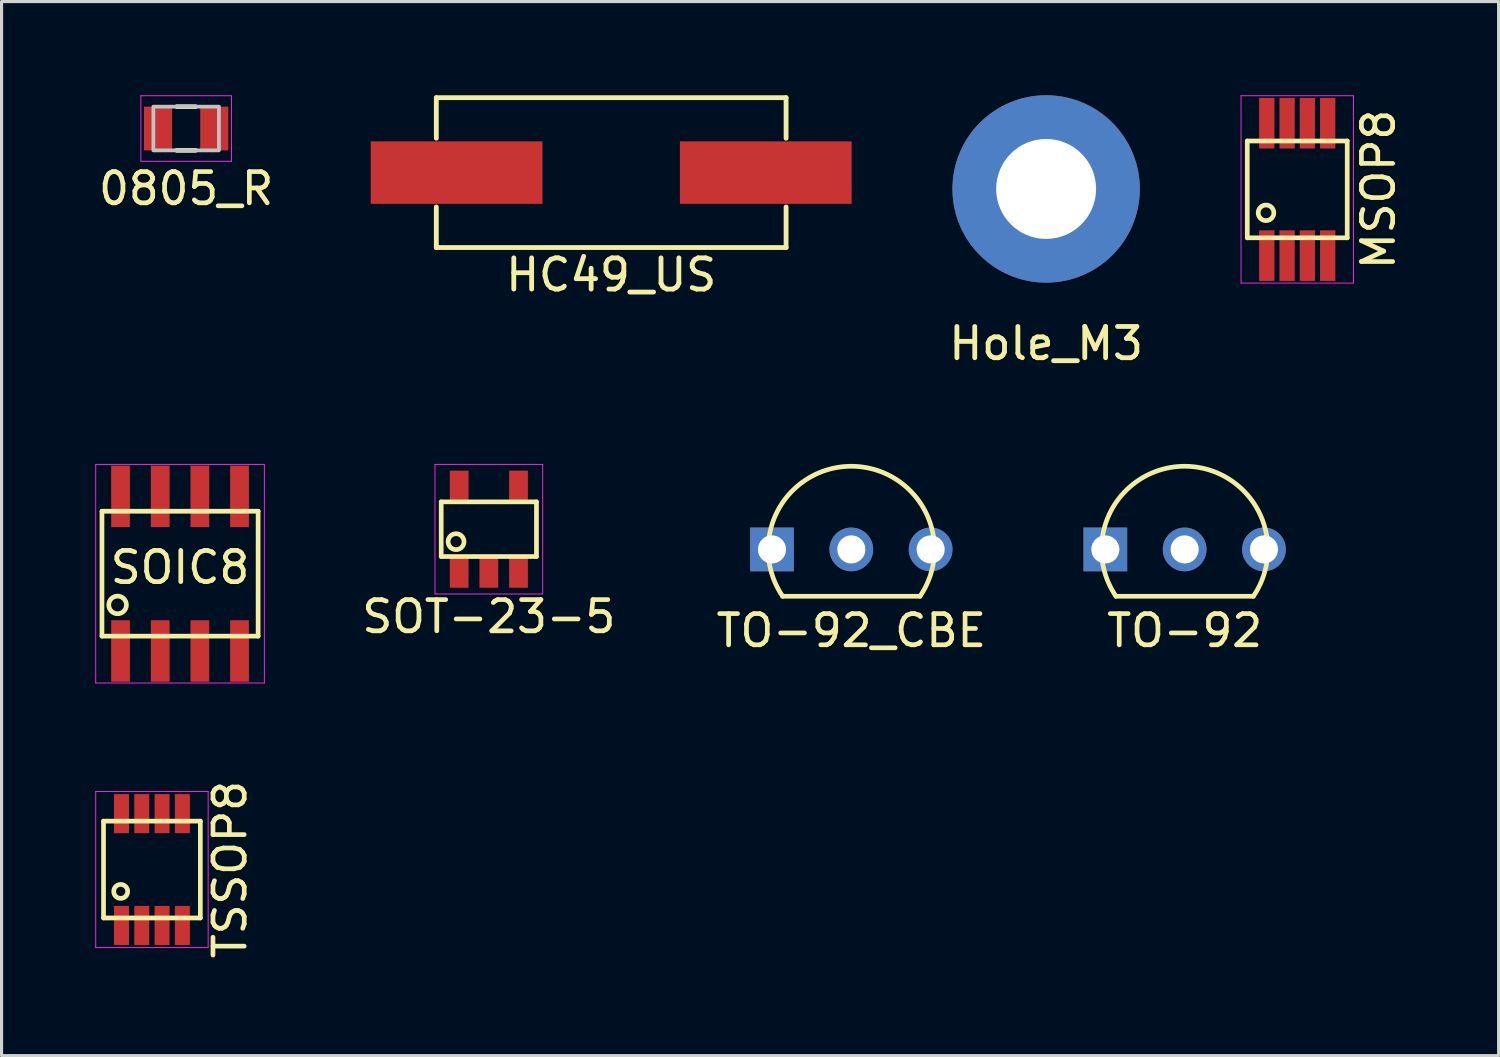
<source format=kicad_pcb>
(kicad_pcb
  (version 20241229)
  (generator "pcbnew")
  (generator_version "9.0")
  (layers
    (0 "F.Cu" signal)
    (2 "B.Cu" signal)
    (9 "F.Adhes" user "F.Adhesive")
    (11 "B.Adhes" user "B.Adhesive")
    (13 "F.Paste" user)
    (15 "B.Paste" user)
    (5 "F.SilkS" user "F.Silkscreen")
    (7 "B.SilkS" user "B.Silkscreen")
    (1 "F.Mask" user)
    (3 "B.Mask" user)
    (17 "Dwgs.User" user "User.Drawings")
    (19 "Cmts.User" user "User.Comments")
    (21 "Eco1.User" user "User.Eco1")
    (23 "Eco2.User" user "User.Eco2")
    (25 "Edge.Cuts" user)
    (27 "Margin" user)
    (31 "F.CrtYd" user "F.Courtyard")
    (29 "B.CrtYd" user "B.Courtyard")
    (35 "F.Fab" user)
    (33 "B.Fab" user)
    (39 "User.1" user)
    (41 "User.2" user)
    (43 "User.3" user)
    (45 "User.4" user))
  (footprint "SOT-23-5"
    (layer "F.Cu")
    (at 12.603 13.895)
    (property "Reference" "SOT-23-5" (at 0 2.8 0) (layer "F.SilkS") (effects (font (size 1 1) (thickness 0.15))))
    (attr smd)
    (fp_line (start -1.525 -0.875) (end 1.525 -0.875) (stroke (width 0.15) (type solid)) (layer "F.SilkS"))
    (fp_line (start -1.525 0.875) (end -1.525 -0.875) (stroke (width 0.15) (type solid)) (layer "F.SilkS"))
    (fp_line (start 1.525 -0.875) (end 1.525 0.875) (stroke (width 0.15) (type solid)) (layer "F.SilkS"))
    (fp_line (start 1.525 0.875) (end -1.525 0.875) (stroke (width 0.15) (type solid)) (layer "F.SilkS"))
    (fp_circle (center -1.05 0.4) (end -0.8 0.45) (stroke (width 0.15) (type solid)) (fill no) (layer "F.SilkS"))
    (fp_line (start -1.725 -2.075) (end 1.725 -2.075) (stroke (width 0.03) (type solid)) (layer "F.CrtYd"))
    (fp_line (start -1.725 2.075) (end -1.725 -2.075) (stroke (width 0.03) (type solid)) (layer "F.CrtYd"))
    (fp_line (start 1.725 -2.075) (end 1.725 2.075) (stroke (width 0.03) (type solid)) (layer "F.CrtYd"))
    (fp_line (start 1.725 2.075) (end -1.725 2.075) (stroke (width 0.03) (type solid)) (layer "F.CrtYd"))
    (pad "1" smd rect (at -0.95 1.35) (size 0.6 1.05) (layers "F.Cu" "F.Mask" "F.Paste"))
    (pad "2" smd rect (at 0 1.35) (size 0.6 1.05) (layers "F.Cu" "F.Mask" "F.Paste"))
    (pad "3" smd rect (at 0.95 1.35) (size 0.6 1.05) (layers "F.Cu" "F.Mask" "F.Paste"))
    (pad "4" smd rect (at 0.95 -1.35) (size 0.6 1.05) (layers "F.Cu" "F.Mask" "F.Paste"))
    (pad "5" smd rect (at -0.95 -1.35) (size 0.6 1.05) (layers "F.Cu" "F.Mask" "F.Paste")))
  (footprint "TSSOP8"
    (layer "F.Cu")
    (at 1.815 24.794)
    (property "Reference" "TSSOP8" (at 2.5 0 90) (layer "F.SilkS") (effects (font (size 1 1) (thickness 0.15))))
    (attr smd)
    (fp_line (start -1.55 -1.55) (end 1.55 -1.55) (stroke (width 0.15) (type solid)) (layer "F.SilkS"))
    (fp_line (start -1.55 1.55) (end -1.55 -1.55) (stroke (width 0.15) (type solid)) (layer "F.SilkS"))
    (fp_line (start 1.55 -1.55) (end 1.55 1.55) (stroke (width 0.15) (type solid)) (layer "F.SilkS"))
    (fp_line (start 1.55 1.55) (end -1.55 1.55) (stroke (width 0.15) (type solid)) (layer "F.SilkS"))
    (fp_circle (center -1 0.7) (end -0.8 0.6) (stroke (width 0.15) (type solid)) (fill no) (layer "F.SilkS"))
    (fp_line (start -1.8 -2.5) (end 1.8 -2.5) (stroke (width 0.03) (type solid)) (layer "F.CrtYd"))
    (fp_line (start -1.8 2.5) (end -1.8 -2.5) (stroke (width 0.03) (type solid)) (layer "F.CrtYd"))
    (fp_line (start 1.8 -2.5) (end 1.8 2.5) (stroke (width 0.03) (type solid)) (layer "F.CrtYd"))
    (fp_line (start 1.8 2.5) (end -1.8 2.5) (stroke (width 0.03) (type solid)) (layer "F.CrtYd"))
    (pad "1" smd rect (at -0.975 1.79) (size 0.48 1.25) (layers "F.Cu" "F.Mask" "F.Paste"))
    (pad "2" smd rect (at -0.325 1.79) (size 0.48 1.25) (layers "F.Cu" "F.Mask" "F.Paste"))
    (pad "3" smd rect (at 0.325 1.79) (size 0.48 1.25) (layers "F.Cu" "F.Mask" "F.Paste"))
    (pad "4" smd rect (at 0.975 1.79) (size 0.48 1.25) (layers "F.Cu" "F.Mask" "F.Paste"))
    (pad "5" smd rect (at 0.975 -1.79) (size 0.48 1.25) (layers "F.Cu" "F.Mask" "F.Paste"))
    (pad "6" smd rect (at 0.325 -1.79) (size 0.48 1.25) (layers "F.Cu" "F.Mask" "F.Paste"))
    (pad "7" smd rect (at -0.325 -1.79) (size 0.48 1.25) (layers "F.Cu" "F.Mask" "F.Paste"))
    (pad "8" smd rect (at -0.975 -1.79) (size 0.48 1.25) (layers "F.Cu" "F.Mask" "F.Paste")))
  (footprint "0805_R"
    (layer "F.Cu")
    (at 2.911 1.065)
    (property "Reference" "0805_R" (at 0 1.925 0) (layer "F.SilkS") (effects (font (size 1 1) (thickness 0.15))))
    (attr smd)
    (fp_line (start -0.3 -0.7) (end 0.3 -0.7) (stroke (width 0.15) (type solid)) (layer "F.SilkS"))
    (fp_line (start 0.3 0.7) (end -0.3 0.7) (stroke (width 0.15) (type solid)) (layer "F.SilkS"))
    (fp_rect (start -1.05 -0.7) (end 1.05 0.7) (stroke (width 0.12) (type default)) (fill no) (layer "Dwgs.User"))
    (fp_line (start -1.45 -1.05) (end -1.45 1.05) (stroke (width 0.03) (type solid)) (layer "F.CrtYd"))
    (fp_line (start -1.45 1.05) (end 1.45 1.05) (stroke (width 0.03) (type solid)) (layer "F.CrtYd"))
    (fp_line (start 1.45 -1.05) (end -1.45 -1.05) (stroke (width 0.03) (type solid)) (layer "F.CrtYd"))
    (fp_line (start 1.45 1.05) (end 1.45 -1.05) (stroke (width 0.03) (type solid)) (layer "F.CrtYd"))
    (pad "1" smd rect (at -0.9 0) (size 0.9 1.4) (layers "F.Cu" "F.Mask" "F.Paste"))
    (pad "2" smd rect (at 0.9 0) (size 0.9 1.4) (layers "F.Cu" "F.Mask" "F.Paste")))
  (footprint "HC49_US"
    (layer "F.Cu")
    (at 16.521 2.477)
    (property "Reference" "HC49_US" (at 0 3.275 0) (layer "F.SilkS") (effects (font (size 1 1) (thickness 0.154))))
    (attr through_hole)
    (fp_line (start -5.6 -1.1) (end -5.6 -2.4) (stroke (width 0.154) (type solid)) (layer "F.SilkS"))
    (fp_line (start -5.6 2.4) (end -5.6 1.1) (stroke (width 0.154) (type solid)) (layer "F.SilkS"))
    (fp_line (start 5.6 -2.4) (end -5.6 -2.4) (stroke (width 0.154) (type solid)) (layer "F.SilkS"))
    (fp_line (start 5.6 -1.1) (end 5.6 -2.4) (stroke (width 0.154) (type solid)) (layer "F.SilkS"))
    (fp_line (start 5.6 2.4) (end -5.6 2.4) (stroke (width 0.154) (type solid)) (layer "F.SilkS"))
    (fp_line (start 5.6 2.4) (end 5.6 1.1) (stroke (width 0.154) (type solid)) (layer "F.SilkS"))
    (pad "1" smd rect (at -4.95 0) (size 5.5 2) (layers "F.Cu" "F.Mask" "F.Paste"))
    (pad "2" smd rect (at 4.95 0) (size 5.5 2) (layers "F.Cu" "F.Mask" "F.Paste")))
  (footprint "SOIC8"
    (layer "F.Cu")
    (at 2.715 15.32)
    (property "Reference" "SOIC8" (at 0 -0.2 0) (layer "F.SilkS") (effects (font (size 1 1) (thickness 0.15))))
    (attr smd)
    (fp_line (start -2.5 -2) (end 2.5 -2) (stroke (width 0.15) (type solid)) (layer "F.SilkS"))
    (fp_line (start -2.5 2) (end -2.5 -2) (stroke (width 0.15) (type solid)) (layer "F.SilkS"))
    (fp_line (start 2.5 -2) (end 2.5 2) (stroke (width 0.15) (type solid)) (layer "F.SilkS"))
    (fp_line (start 2.5 2) (end -2.5 2) (stroke (width 0.15) (type solid)) (layer "F.SilkS"))
    (fp_circle (center -2 1) (end -1.8 0.8) (stroke (width 0.15) (type solid)) (fill no) (layer "F.SilkS"))
    (fp_line (start -2.7 -3.5) (end 2.7 -3.5) (stroke (width 0.03) (type solid)) (layer "F.CrtYd"))
    (fp_line (start -2.7 3.5) (end -2.7 -3.5) (stroke (width 0.03) (type solid)) (layer "F.CrtYd"))
    (fp_line (start 2.7 -3.5) (end 2.7 3.5) (stroke (width 0.03) (type solid)) (layer "F.CrtYd"))
    (fp_line (start 2.7 3.5) (end -2.7 3.5) (stroke (width 0.03) (type solid)) (layer "F.CrtYd"))
    (pad "1" smd rect (at -1.905 2.475) (size 0.6 1.97) (layers "F.Cu" "F.Mask" "F.Paste"))
    (pad "2" smd rect (at -0.635 2.475) (size 0.6 1.97) (layers "F.Cu" "F.Mask" "F.Paste"))
    (pad "3" smd rect (at 0.635 2.475) (size 0.6 1.97) (layers "F.Cu" "F.Mask" "F.Paste"))
    (pad "4" smd rect (at 1.905 2.475) (size 0.6 1.97) (layers "F.Cu" "F.Mask" "F.Paste"))
    (pad "5" smd rect (at 1.905 -2.475) (size 0.6 1.97) (layers "F.Cu" "F.Mask" "F.Paste"))
    (pad "6" smd rect (at 0.635 -2.475) (size 0.6 1.97) (layers "F.Cu" "F.Mask" "F.Paste"))
    (pad "7" smd rect (at -0.635 -2.475) (size 0.6 1.97) (layers "F.Cu" "F.Mask" "F.Paste"))
    (pad "8" smd rect (at -1.905 -2.475) (size 0.6 1.97) (layers "F.Cu" "F.Mask" "F.Paste")))
  (footprint "Hole_M3"
    (layer "F.Cu")
    (at 30.448 3)
    (property "Reference" "Hole_M3" (at 0 4.95 0) (layer "F.SilkS") (effects (font (size 1 1) (thickness 0.154))))
    (attr exclude_from_pos_files exclude_from_bom)
    (fp_line (start -2.5 0) (end 2.5 0) (stroke (width 0.12) (type default)) (layer "User.2"))
    (fp_line (start 0 -2.5) (end 0 2.5) (stroke (width 0.12) (type default)) (layer "User.2"))
    (fp_circle (center 0 0) (end 1.55 0) (stroke (width 0.12) (type default)) (fill no) (layer "User.2"))
    (fp_circle (center 0 0) (end 1.55 0) (stroke (width 0.12) (type default)) (fill no) (layer "User.3"))
    (pad "1" thru_hole circle (at 0 0) (size 6 6) (drill 3.2) (layers "*.Cu" "*.Mask") (remove_unused_layers yes) (keep_end_layers yes) (zone_layer_connections)))
  (footprint "TO-92"
    (layer "F.Cu")
    (at 34.884 14.543)
    (property "Reference" "TO-92" (at 0 2.6 0) (layer "F.SilkS") (effects (font (size 1 1) (thickness 0.15))))
    (attr through_hole)
    (fp_line (start -2.2 1.5) (end 2.2 1.5) (stroke (width 0.15) (type solid)) (layer "F.SilkS"))
    (fp_arc (start -2.2 1.5) (mid 0 -2.662705) (end 2.2 1.5) (stroke (width 0.15) (type solid)) (layer "F.SilkS"))
    (pad "1" thru_hole rect (at -2.54 0) (size 1.4 1.4) (drill 0.9) (layers "*.Cu" "*.Mask"))
    (pad "2" thru_hole circle (at 0 0) (size 1.4 1.4) (drill 0.9) (layers "*.Cu" "*.Mask"))
    (pad "3" thru_hole circle (at 2.54 0) (size 1.4 1.4) (drill 0.9) (layers "*.Cu" "*.Mask")))
  (footprint "TO-92_CBE"
    (layer "F.Cu")
    (at 24.21 14.543)
    (property "Reference" "TO-92_CBE" (at 0 2.6 0) (layer "F.SilkS") (effects (font (size 1 1) (thickness 0.15))))
    (attr through_hole)
    (fp_line (start -2.2 1.5) (end 2.2 1.5) (stroke (width 0.15) (type solid)) (layer "F.SilkS"))
    (fp_arc (start -2.2 1.5) (mid 0 -2.662705) (end 2.2 1.5) (stroke (width 0.15) (type solid)) (layer "F.SilkS"))
    (pad "B" thru_hole circle (at 0 0) (size 1.4 1.4) (drill 0.9) (layers "*.Cu" "*.Mask"))
    (pad "C" thru_hole rect (at -2.54 0 90) (size 1.4 1.4) (drill 0.9) (layers "*.Cu" "*.Mask"))
    (pad "E" thru_hole circle (at 2.54 0) (size 1.4 1.4) (drill 0.9) (layers "*.Cu" "*.Mask")))
  (footprint "MSOP8"
    (layer "F.Cu")
    (at 38.489 3.015)
    (property "Reference" "MSOP8" (at 2.6 0 90) (layer "F.SilkS") (effects (font (size 1 1) (thickness 0.15))))
    (attr smd)
    (fp_line (start -1.6 -1.55) (end 1.6 -1.55) (stroke (width 0.15) (type solid)) (layer "F.SilkS"))
    (fp_line (start -1.6 1.55) (end -1.6 -1.55) (stroke (width 0.15) (type solid)) (layer "F.SilkS"))
    (fp_line (start 1.6 -1.55) (end 1.6 1.55) (stroke (width 0.15) (type solid)) (layer "F.SilkS"))
    (fp_line (start 1.6 1.55) (end -1.6 1.55) (stroke (width 0.15) (type solid)) (layer "F.SilkS"))
    (fp_circle (center -1 0.75) (end -0.8 0.6) (stroke (width 0.15) (type solid)) (fill no) (layer "F.SilkS"))
    (fp_line (start -1.8 -3) (end 1.8 -3) (stroke (width 0.03) (type solid)) (layer "F.CrtYd"))
    (fp_line (start -1.8 3) (end -1.8 -3) (stroke (width 0.03) (type solid)) (layer "F.CrtYd"))
    (fp_line (start 1.8 -3) (end 1.8 3) (stroke (width 0.03) (type solid)) (layer "F.CrtYd"))
    (fp_line (start 1.8 3) (end -1.8 3) (stroke (width 0.03) (type solid)) (layer "F.CrtYd"))
    (pad "1" smd rect (at -0.975 2.12) (size 0.49 1.62) (layers "F.Cu" "F.Mask" "F.Paste"))
    (pad "2" smd rect (at -0.325 2.12) (size 0.49 1.62) (layers "F.Cu" "F.Mask" "F.Paste"))
    (pad "3" smd rect (at 0.325 2.12) (size 0.49 1.62) (layers "F.Cu" "F.Mask" "F.Paste"))
    (pad "4" smd rect (at 0.975 2.12) (size 0.49 1.62) (layers "F.Cu" "F.Mask" "F.Paste"))
    (pad "5" smd rect (at 0.975 -2.12) (size 0.49 1.62) (layers "F.Cu" "F.Mask" "F.Paste"))
    (pad "6" smd rect (at 0.325 -2.12) (size 0.49 1.62) (layers "F.Cu" "F.Mask" "F.Paste"))
    (pad "7" smd rect (at -0.325 -2.12) (size 0.49 1.62) (layers "F.Cu" "F.Mask" "F.Paste"))
    (pad "8" smd rect (at -0.975 -2.12) (size 0.49 1.62) (layers "F.Cu" "F.Mask" "F.Paste")))
  (gr_rect
    (start -3 -3)
    (end 44.937 30.752)
    (stroke (width 0.1) (type default))
    (fill no)
    (layer "Edge.Cuts")))
</source>
